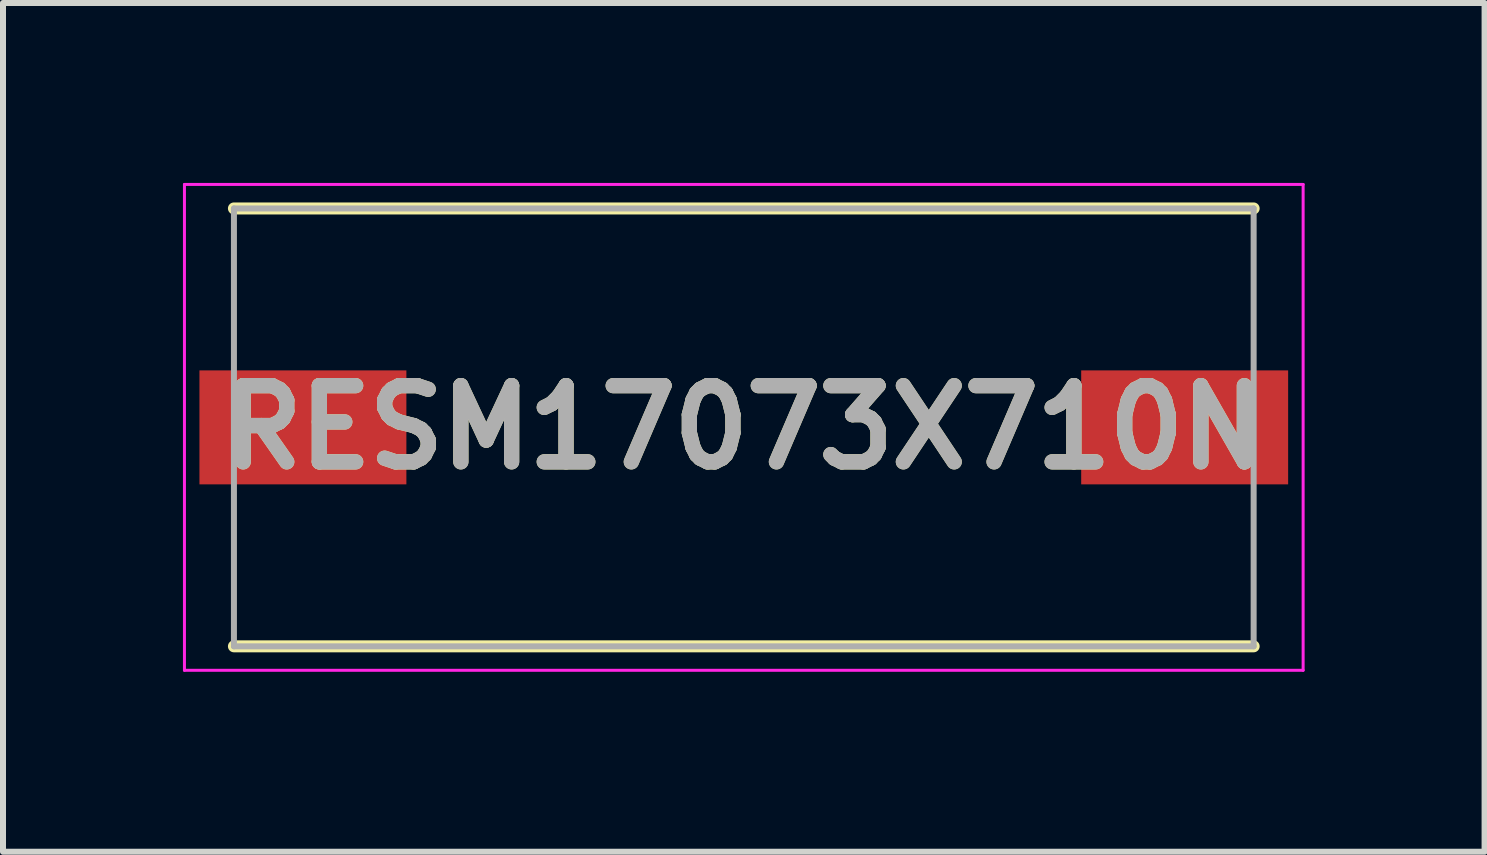
<source format=kicad_pcb>
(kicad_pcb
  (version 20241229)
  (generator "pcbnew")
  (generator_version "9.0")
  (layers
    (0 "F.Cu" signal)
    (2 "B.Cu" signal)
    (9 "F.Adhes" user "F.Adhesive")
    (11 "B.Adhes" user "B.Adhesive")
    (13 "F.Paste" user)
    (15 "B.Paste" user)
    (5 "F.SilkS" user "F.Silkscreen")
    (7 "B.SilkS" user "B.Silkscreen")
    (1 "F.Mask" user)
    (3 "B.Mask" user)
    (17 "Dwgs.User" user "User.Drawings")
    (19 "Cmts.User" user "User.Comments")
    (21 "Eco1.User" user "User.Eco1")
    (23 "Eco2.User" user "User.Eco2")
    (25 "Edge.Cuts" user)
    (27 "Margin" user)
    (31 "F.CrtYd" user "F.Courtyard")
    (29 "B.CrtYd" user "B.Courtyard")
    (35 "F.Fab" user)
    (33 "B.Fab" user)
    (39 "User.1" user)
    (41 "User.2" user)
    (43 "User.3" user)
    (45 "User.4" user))
  (footprint "RESM17073X710N"
    (layer "F.Cu")
    (at 9.35 4.075)
    (property "Reference" "RESM17073X710N" (at 0 0 0) (layer "F.SilkS") (effects (font (size 1.27 1.27) (thickness 0.254))))
    (attr smd)
    (fp_line (start -8.5 3.65) (end 8.5 3.65) (stroke (width 0.2) (type solid)) (layer "F.SilkS"))
    (fp_line (start 8.5 -3.65) (end -8.5 -3.65) (stroke (width 0.2) (type solid)) (layer "F.SilkS"))
    (fp_line (start -9.325 -4.05) (end 9.325 -4.05) (stroke (width 0.05) (type solid)) (layer "F.CrtYd"))
    (fp_line (start -9.325 4.05) (end -9.325 -4.05) (stroke (width 0.05) (type solid)) (layer "F.CrtYd"))
    (fp_line (start 9.325 -4.05) (end 9.325 4.05) (stroke (width 0.05) (type solid)) (layer "F.CrtYd"))
    (fp_line (start 9.325 4.05) (end -9.325 4.05) (stroke (width 0.05) (type solid)) (layer "F.CrtYd"))
    (fp_line (start -8.5 -3.65) (end 8.5 -3.65) (stroke (width 0.1) (type solid)) (layer "F.Fab"))
    (fp_line (start -8.5 3.65) (end -8.5 -3.65) (stroke (width 0.1) (type solid)) (layer "F.Fab"))
    (fp_line (start 8.5 -3.65) (end 8.5 3.65) (stroke (width 0.1) (type solid)) (layer "F.Fab"))
    (fp_line (start 8.5 3.65) (end -8.5 3.65) (stroke (width 0.1) (type solid)) (layer "F.Fab"))
    (fp_text user "${REFERENCE}" (at 0 0 0) (layer "F.Fab") (effects (font (size 1.27 1.27) (thickness 0.254))))
    (pad "1" smd rect (at -7.35 0 90) (size 1.9 3.45) (layers "F.Cu" "F.Mask" "F.Paste"))
    (pad "2" smd rect (at 7.35 0 90) (size 1.9 3.45) (layers "F.Cu" "F.Mask" "F.Paste")))
  (gr_rect
    (start -3 -3)
    (end 21.7 11.15)
    (stroke (width 0.1) (type default))
    (fill no)
    (layer "Edge.Cuts")))
</source>
